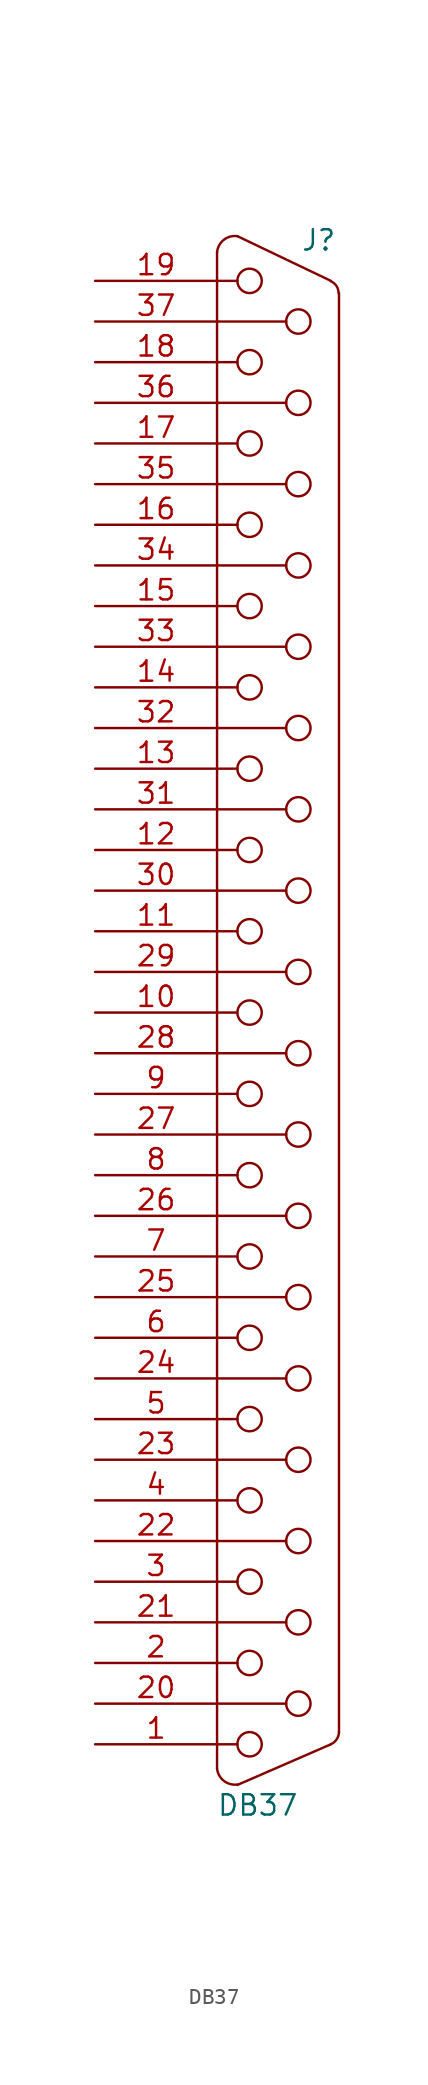
<source format=kicad_sym>
(kicad_symbol_lib
  (version 20211014)
  (generator kicad_symbol_editor)
  (symbol "DB37"
    (pin_names
      (offset 1.016) hide)
    (property "Reference" "J"
      (at 2.54 48.26 0)
      (effects (font (size 1.27 1.27))))
    (property "Value" "DB37"
      (at -1.27 -49.53 0)
      (effects (font (size 1.27 1.27))))
    (property "Footprint" ""
      (at 0 0 0)
      (effects (font (size 1.27 1.27))))
    (property "Datasheet" ""
      (at 0 0 0)
      (effects (font (size 1.27 1.27))))
    (symbol "DB37_0_1"
      (arc (start -3.81 -47.244) (mid -3.383 -48.0048) (end -2.54 -48.2346) (stroke (width 0) (type default) (color 0 0 0 0)) (fill (type none)))
      (arc (start -2.54 48.514) (mid -3.3949 48.2789) (end -3.81 47.498) (stroke (width 0) (type default) (color 0 0 0 0)) (fill (type none)))
      (circle (center -1.778 -45.72) (radius 0.762) (stroke (width 0) (type default) (color 0 0 0 0)) (fill (type none)))
      (circle (center -1.778 -40.64) (radius 0.762) (stroke (width 0) (type default) (color 0 0 0 0)) (fill (type none)))
      (circle (center -1.778 -35.56) (radius 0.762) (stroke (width 0) (type default) (color 0 0 0 0)) (fill (type none)))
      (circle (center -1.778 -30.48) (radius 0.762) (stroke (width 0) (type default) (color 0 0 0 0)) (fill (type none)))
      (circle (center -1.778 -25.4) (radius 0.762) (stroke (width 0) (type default) (color 0 0 0 0)) (fill (type none)))
      (circle (center -1.778 -20.32) (radius 0.762) (stroke (width 0) (type default) (color 0 0 0 0)) (fill (type none)))
      (circle (center -1.778 -15.24) (radius 0.762) (stroke (width 0) (type default) (color 0 0 0 0)) (fill (type none)))
      (circle (center -1.778 -10.16) (radius 0.762) (stroke (width 0) (type default) (color 0 0 0 0)) (fill (type none)))
      (circle (center -1.778 -5.08) (radius 0.762) (stroke (width 0) (type default) (color 0 0 0 0)) (fill (type none)))
      (circle (center -1.778 0) (radius 0.762) (stroke (width 0) (type default) (color 0 0 0 0)) (fill (type none)))
      (circle (center -1.778 5.08) (radius 0.762) (stroke (width 0) (type default) (color 0 0 0 0)) (fill (type none)))
      (circle (center -1.778 10.16) (radius 0.762) (stroke (width 0) (type default) (color 0 0 0 0)) (fill (type none)))
      (circle (center -1.778 15.24) (radius 0.762) (stroke (width 0) (type default) (color 0 0 0 0)) (fill (type none)))
      (circle (center -1.778 20.32) (radius 0.762) (stroke (width 0) (type default) (color 0 0 0 0)) (fill (type none)))
      (circle (center -1.778 25.4) (radius 0.762) (stroke (width 0) (type default) (color 0 0 0 0)) (fill (type none)))
      (circle (center -1.778 30.48) (radius 0.762) (stroke (width 0) (type default) (color 0 0 0 0)) (fill (type none)))
      (circle (center -1.778 35.56) (radius 0.762) (stroke (width 0) (type default) (color 0 0 0 0)) (fill (type none)))
      (circle (center -1.778 40.64) (radius 0.762) (stroke (width 0) (type default) (color 0 0 0 0)) (fill (type none)))
      (circle (center -1.778 45.72) (radius 0.762) (stroke (width 0) (type default) (color 0 0 0 0)) (fill (type none)))
      (polyline (pts (xy -3.81 -45.72) (xy -2.54 -45.72)) (stroke (width 0) (type default) (color 0 0 0 0)) (fill (type none)))
      (polyline (pts (xy -3.81 -43.18) (xy 0.508 -43.18)) (stroke (width 0) (type default) (color 0 0 0 0)) (fill (type none)))
      (polyline (pts (xy -3.81 -40.64) (xy -2.54 -40.64)) (stroke (width 0) (type default) (color 0 0 0 0)) (fill (type none)))
      (polyline (pts (xy -3.81 -38.1) (xy 0.508 -38.1)) (stroke (width 0) (type default) (color 0 0 0 0)) (fill (type none)))
      (polyline (pts (xy -3.81 -35.56) (xy -2.54 -35.56)) (stroke (width 0) (type default) (color 0 0 0 0)) (fill (type none)))
      (polyline (pts (xy -3.81 -33.02) (xy 0.508 -33.02)) (stroke (width 0) (type default) (color 0 0 0 0)) (fill (type none)))
      (polyline (pts (xy -3.81 -30.48) (xy -2.54 -30.48)) (stroke (width 0) (type default) (color 0 0 0 0)) (fill (type none)))
      (polyline (pts (xy -3.81 -27.94) (xy 0.508 -27.94)) (stroke (width 0) (type default) (color 0 0 0 0)) (fill (type none)))
      (polyline (pts (xy -3.81 -25.4) (xy -2.54 -25.4)) (stroke (width 0) (type default) (color 0 0 0 0)) (fill (type none)))
      (polyline (pts (xy -3.81 -22.86) (xy 0.508 -22.86)) (stroke (width 0) (type default) (color 0 0 0 0)) (fill (type none)))
      (polyline (pts (xy -3.81 -20.32) (xy -2.54 -20.32)) (stroke (width 0) (type default) (color 0 0 0 0)) (fill (type none)))
      (polyline (pts (xy -3.81 -17.78) (xy 0.508 -17.78)) (stroke (width 0) (type default) (color 0 0 0 0)) (fill (type none)))
      (polyline (pts (xy -3.81 -15.24) (xy -2.54 -15.24)) (stroke (width 0) (type default) (color 0 0 0 0)) (fill (type none)))
      (polyline (pts (xy -3.81 -12.7) (xy 0.508 -12.7)) (stroke (width 0) (type default) (color 0 0 0 0)) (fill (type none)))
      (polyline (pts (xy -3.81 -10.16) (xy -2.54 -10.16)) (stroke (width 0) (type default) (color 0 0 0 0)) (fill (type none)))
      (polyline (pts (xy -3.81 -7.62) (xy 0.508 -7.62)) (stroke (width 0) (type default) (color 0 0 0 0)) (fill (type none)))
      (polyline (pts (xy -3.81 -5.08) (xy -2.54 -5.08)) (stroke (width 0) (type default) (color 0 0 0 0)) (fill (type none)))
      (polyline (pts (xy -3.81 -2.54) (xy 0.508 -2.54)) (stroke (width 0) (type default) (color 0 0 0 0)) (fill (type none)))
      (polyline (pts (xy -3.81 0) (xy -2.54 0)) (stroke (width 0) (type default) (color 0 0 0 0)) (fill (type none)))
      (polyline (pts (xy -3.81 2.54) (xy 0.508 2.54)) (stroke (width 0) (type default) (color 0 0 0 0)) (fill (type none)))
      (polyline (pts (xy -3.81 5.08) (xy -2.54 5.08)) (stroke (width 0) (type default) (color 0 0 0 0)) (fill (type none)))
      (polyline (pts (xy -3.81 7.62) (xy 0.508 7.62)) (stroke (width 0) (type default) (color 0 0 0 0)) (fill (type none)))
      (polyline (pts (xy -3.81 10.16) (xy -2.54 10.16)) (stroke (width 0) (type default) (color 0 0 0 0)) (fill (type none)))
      (polyline (pts (xy -3.81 12.7) (xy 0.508 12.7)) (stroke (width 0) (type default) (color 0 0 0 0)) (fill (type none)))
      (polyline (pts (xy -3.81 15.24) (xy -2.54 15.24)) (stroke (width 0) (type default) (color 0 0 0 0)) (fill (type none)))
      (polyline (pts (xy -3.81 17.78) (xy 0.508 17.78)) (stroke (width 0) (type default) (color 0 0 0 0)) (fill (type none)))
      (polyline (pts (xy -3.81 20.32) (xy -2.54 20.32)) (stroke (width 0) (type default) (color 0 0 0 0)) (fill (type none)))
      (polyline (pts (xy -3.81 22.86) (xy 0.508 22.86)) (stroke (width 0) (type default) (color 0 0 0 0)) (fill (type none)))
      (polyline (pts (xy -3.81 25.4) (xy -2.54 25.4)) (stroke (width 0) (type default) (color 0 0 0 0)) (fill (type none)))
      (polyline (pts (xy -3.81 27.94) (xy 0.508 27.94)) (stroke (width 0) (type default) (color 0 0 0 0)) (fill (type none)))
      (polyline (pts (xy -3.81 30.48) (xy -2.54 30.48)) (stroke (width 0) (type default) (color 0 0 0 0)) (fill (type none)))
      (polyline (pts (xy -3.81 33.02) (xy 0.508 33.02)) (stroke (width 0) (type default) (color 0 0 0 0)) (fill (type none)))
      (polyline (pts (xy -3.81 35.56) (xy -2.54 35.56)) (stroke (width 0) (type default) (color 0 0 0 0)) (fill (type none)))
      (polyline (pts (xy -3.81 38.1) (xy 0.508 38.1)) (stroke (width 0) (type default) (color 0 0 0 0)) (fill (type none)))
      (polyline (pts (xy -3.81 40.64) (xy -2.54 40.64)) (stroke (width 0) (type default) (color 0 0 0 0)) (fill (type none)))
      (polyline (pts (xy -3.81 43.18) (xy 0.508 43.18)) (stroke (width 0) (type default) (color 0 0 0 0)) (fill (type none)))
      (polyline (pts (xy -3.81 45.72) (xy -2.54 45.72)) (stroke (width 0) (type default) (color 0 0 0 0)) (fill (type none)))
      (polyline (pts (xy -3.81 47.498) (xy -3.81 -47.219)) (stroke (width 0) (type default) (color 0 0 0 0)) (fill (type none)))
      (polyline (pts (xy -2.54 -48.26) (xy 3.302 -45.72)) (stroke (width 0) (type default) (color 0 0 0 0)) (fill (type none)))
      (polyline (pts (xy -2.54 48.514) (xy 3.302 45.72)) (stroke (width 0) (type default) (color 0 0 0 0)) (fill (type none)))
      (polyline (pts (xy 3.81 -44.958) (xy 3.81 44.958)) (stroke (width 0) (type default) (color 0 0 0 0)) (fill (type none)))
      (circle (center 1.27 -43.18) (radius 0.762) (stroke (width 0) (type default) (color 0 0 0 0)) (fill (type none)))
      (circle (center 1.27 -38.1) (radius 0.762) (stroke (width 0) (type default) (color 0 0 0 0)) (fill (type none)))
      (circle (center 1.27 -33.02) (radius 0.762) (stroke (width 0) (type default) (color 0 0 0 0)) (fill (type none)))
      (circle (center 1.27 -27.94) (radius 0.762) (stroke (width 0) (type default) (color 0 0 0 0)) (fill (type none)))
      (circle (center 1.27 -22.86) (radius 0.762) (stroke (width 0) (type default) (color 0 0 0 0)) (fill (type none)))
      (circle (center 1.27 -17.78) (radius 0.762) (stroke (width 0) (type default) (color 0 0 0 0)) (fill (type none)))
      (circle (center 1.27 -12.7) (radius 0.762) (stroke (width 0) (type default) (color 0 0 0 0)) (fill (type none)))
      (circle (center 1.27 -7.62) (radius 0.762) (stroke (width 0) (type default) (color 0 0 0 0)) (fill (type none)))
      (circle (center 1.27 -2.54) (radius 0.762) (stroke (width 0) (type default) (color 0 0 0 0)) (fill (type none)))
      (circle (center 1.27 2.54) (radius 0.762) (stroke (width 0) (type default) (color 0 0 0 0)) (fill (type none)))
      (circle (center 1.27 7.62) (radius 0.762) (stroke (width 0) (type default) (color 0 0 0 0)) (fill (type none)))
      (circle (center 1.27 12.7) (radius 0.762) (stroke (width 0) (type default) (color 0 0 0 0)) (fill (type none)))
      (circle (center 1.27 17.78) (radius 0.762) (stroke (width 0) (type default) (color 0 0 0 0)) (fill (type none)))
      (circle (center 1.27 22.86) (radius 0.762) (stroke (width 0) (type default) (color 0 0 0 0)) (fill (type none)))
      (circle (center 1.27 27.94) (radius 0.762) (stroke (width 0) (type default) (color 0 0 0 0)) (fill (type none)))
      (circle (center 1.27 33.02) (radius 0.762) (stroke (width 0) (type default) (color 0 0 0 0)) (fill (type none)))
      (circle (center 1.27 38.1) (radius 0.762) (stroke (width 0) (type default) (color 0 0 0 0)) (fill (type none)))
      (circle (center 1.27 43.18) (radius 0.762) (stroke (width 0) (type default) (color 0 0 0 0)) (fill (type none)))
      (arc (start 3.302 -45.72) (mid 3.6645 -45.4102) (end 3.81 -44.958) (stroke (width 0) (type default) (color 0 0 0 0)) (fill (type none)))
      (arc (start 3.7846 44.958) (mid 3.654 45.3998) (end 3.302 45.6946) (stroke (width 0) (type default) (color 0 0 0 0)) (fill (type none))))
    (symbol "DB37_1_1"
      (pin passive line (at -11.43 -45.72 0) (length 7.62) (name "1" (effects (font (size 1.27 1.27)))) (number "1" (effects (font (size 1.27 1.27)))))
      (pin passive line (at -11.43 0 0) (length 7.62) (name "10" (effects (font (size 1.27 1.27)))) (number "10" (effects (font (size 1.27 1.27)))))
      (pin passive line (at -11.43 5.08 0) (length 7.62) (name "11" (effects (font (size 1.27 1.27)))) (number "11" (effects (font (size 1.27 1.27)))))
      (pin passive line (at -11.43 10.16 0) (length 7.62) (name "12" (effects (font (size 1.27 1.27)))) (number "12" (effects (font (size 1.27 1.27)))))
      (pin passive line (at -11.43 15.24 0) (length 7.62) (name "13" (effects (font (size 1.27 1.27)))) (number "13" (effects (font (size 1.27 1.27)))))
      (pin passive line (at -11.43 20.32 0) (length 7.62) (name "14" (effects (font (size 1.27 1.27)))) (number "14" (effects (font (size 1.27 1.27)))))
      (pin passive line (at -11.43 25.4 0) (length 7.62) (name "15" (effects (font (size 1.27 1.27)))) (number "15" (effects (font (size 1.27 1.27)))))
      (pin passive line (at -11.43 30.48 0) (length 7.62) (name "16" (effects (font (size 1.27 1.27)))) (number "16" (effects (font (size 1.27 1.27)))))
      (pin passive line (at -11.43 35.56 0) (length 7.62) (name "17" (effects (font (size 1.27 1.27)))) (number "17" (effects (font (size 1.27 1.27)))))
      (pin passive line (at -11.43 40.64 0) (length 7.62) (name "18" (effects (font (size 1.27 1.27)))) (number "18" (effects (font (size 1.27 1.27)))))
      (pin passive line (at -11.43 45.72 0) (length 7.62) (name "19" (effects (font (size 1.27 1.27)))) (number "19" (effects (font (size 1.27 1.27)))))
      (pin passive line (at -11.43 -40.64 0) (length 7.62) (name "2" (effects (font (size 1.27 1.27)))) (number "2" (effects (font (size 1.27 1.27)))))
      (pin passive line (at -11.43 -43.18 0) (length 7.62) (name "20" (effects (font (size 1.27 1.27)))) (number "20" (effects (font (size 1.27 1.27)))))
      (pin passive line (at -11.43 -38.1 0) (length 7.62) (name "21" (effects (font (size 1.27 1.27)))) (number "21" (effects (font (size 1.27 1.27)))))
      (pin passive line (at -11.43 -33.02 0) (length 7.62) (name "22" (effects (font (size 1.27 1.27)))) (number "22" (effects (font (size 1.27 1.27)))))
      (pin passive line (at -11.43 -27.94 0) (length 7.62) (name "23" (effects (font (size 1.27 1.27)))) (number "23" (effects (font (size 1.27 1.27)))))
      (pin passive line (at -11.43 -22.86 0) (length 7.62) (name "24" (effects (font (size 1.27 1.27)))) (number "24" (effects (font (size 1.27 1.27)))))
      (pin passive line (at -11.43 -17.78 0) (length 7.62) (name "25" (effects (font (size 1.27 1.27)))) (number "25" (effects (font (size 1.27 1.27)))))
      (pin passive line (at -11.43 -12.7 0) (length 7.62) (name "26" (effects (font (size 1.27 1.27)))) (number "26" (effects (font (size 1.27 1.27)))))
      (pin passive line (at -11.43 -7.62 0) (length 7.62) (name "27" (effects (font (size 1.27 1.27)))) (number "27" (effects (font (size 1.27 1.27)))))
      (pin passive line (at -11.43 -2.54 0) (length 7.62) (name "28" (effects (font (size 1.27 1.27)))) (number "28" (effects (font (size 1.27 1.27)))))
      (pin passive line (at -11.43 2.54 0) (length 7.62) (name "29" (effects (font (size 1.27 1.27)))) (number "29" (effects (font (size 1.27 1.27)))))
      (pin passive line (at -11.43 -35.56 0) (length 7.62) (name "3" (effects (font (size 1.27 1.27)))) (number "3" (effects (font (size 1.27 1.27)))))
      (pin passive line (at -11.43 7.62 0) (length 7.62) (name "30" (effects (font (size 1.27 1.27)))) (number "30" (effects (font (size 1.27 1.27)))))
      (pin passive line (at -11.43 12.7 0) (length 7.62) (name "31" (effects (font (size 1.27 1.27)))) (number "31" (effects (font (size 1.27 1.27)))))
      (pin passive line (at -11.43 17.78 0) (length 7.62) (name "32" (effects (font (size 1.27 1.27)))) (number "32" (effects (font (size 1.27 1.27)))))
      (pin passive line (at -11.43 22.86 0) (length 7.62) (name "33" (effects (font (size 1.27 1.27)))) (number "33" (effects (font (size 1.27 1.27)))))
      (pin passive line (at -11.43 27.94 0) (length 7.62) (name "34" (effects (font (size 1.27 1.27)))) (number "34" (effects (font (size 1.27 1.27)))))
      (pin passive line (at -11.43 33.02 0) (length 7.62) (name "35" (effects (font (size 1.27 1.27)))) (number "35" (effects (font (size 1.27 1.27)))))
      (pin passive line (at -11.43 38.1 0) (length 7.62) (name "36" (effects (font (size 1.27 1.27)))) (number "36" (effects (font (size 1.27 1.27)))))
      (pin passive line (at -11.43 43.18 0) (length 7.62) (name "37" (effects (font (size 1.27 1.27)))) (number "37" (effects (font (size 1.27 1.27)))))
      (pin passive line (at -11.43 -30.48 0) (length 7.62) (name "4" (effects (font (size 1.27 1.27)))) (number "4" (effects (font (size 1.27 1.27)))))
      (pin passive line (at -11.43 -25.4 0) (length 7.62) (name "5" (effects (font (size 1.27 1.27)))) (number "5" (effects (font (size 1.27 1.27)))))
      (pin passive line (at -11.43 -20.32 0) (length 7.62) (name "6" (effects (font (size 1.27 1.27)))) (number "6" (effects (font (size 1.27 1.27)))))
      (pin passive line (at -11.43 -15.24 0) (length 7.62) (name "7" (effects (font (size 1.27 1.27)))) (number "7" (effects (font (size 1.27 1.27)))))
      (pin passive line (at -11.43 -10.16 0) (length 7.62) (name "8" (effects (font (size 1.27 1.27)))) (number "8" (effects (font (size 1.27 1.27)))))
      (pin passive line (at -11.43 -5.08 0) (length 7.62) (name "9" (effects (font (size 1.27 1.27)))) (number "9" (effects (font (size 1.27 1.27))))))))
</source>
